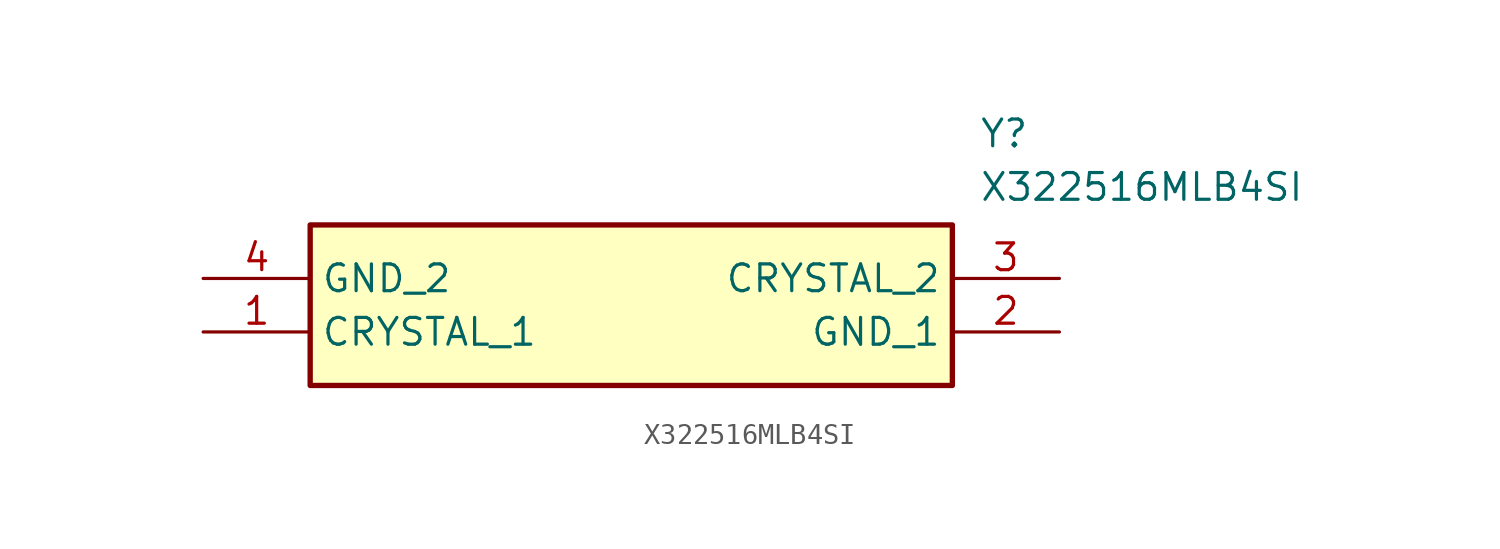
<source format=kicad_sym>
(kicad_symbol_lib
  (version 20211014)
  (generator SamacSys_ECAD_Model)
  (symbol "X322516MLB4SI"
    (property "Reference" "Y"
      (at 36.83 7.62 0)
      (effects (font (size 1.27 1.27)) (justify left top)))
    (property "Value" "X322516MLB4SI"
      (at 36.83 5.08 0)
      (effects (font (size 1.27 1.27)) (justify left top)))
    (rectangle
      (start 5.08 2.54)
      (end 35.56 -5.08)
      (stroke (width 0.254) (type default))
      (fill (type background)))
    (pin passive line
      (at 0 -2.54 0)
      (length 5.08)
      (name "CRYSTAL_1" (effects (font (size 1.27 1.27))))
      (number "1" (effects (font (size 1.27 1.27)))))
    (pin passive line
      (at 40.64 -2.54 180)
      (length 5.08)
      (name "GND_1" (effects (font (size 1.27 1.27))))
      (number "2" (effects (font (size 1.27 1.27)))))
    (pin passive line
      (at 40.64 0 180)
      (length 5.08)
      (name "CRYSTAL_2" (effects (font (size 1.27 1.27))))
      (number "3" (effects (font (size 1.27 1.27)))))
    (pin passive line
      (at 0 0 0)
      (length 5.08)
      (name "GND_2" (effects (font (size 1.27 1.27))))
      (number "4" (effects (font (size 1.27 1.27)))))))
</source>
